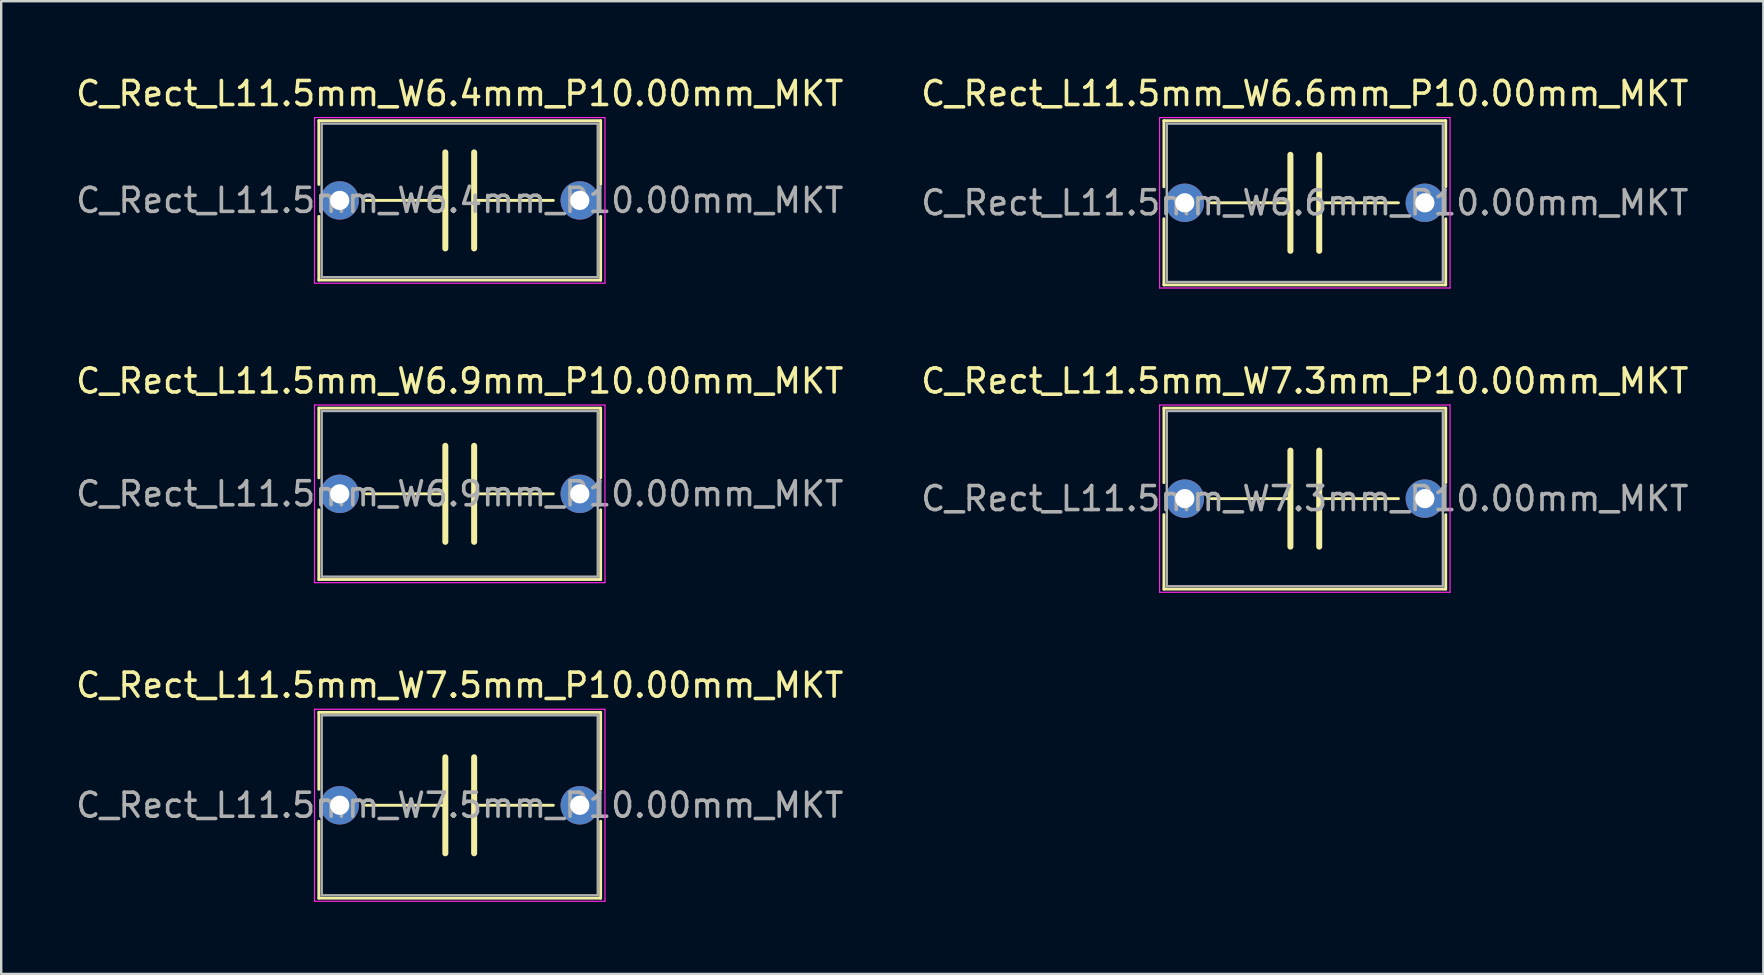
<source format=kicad_pcb>
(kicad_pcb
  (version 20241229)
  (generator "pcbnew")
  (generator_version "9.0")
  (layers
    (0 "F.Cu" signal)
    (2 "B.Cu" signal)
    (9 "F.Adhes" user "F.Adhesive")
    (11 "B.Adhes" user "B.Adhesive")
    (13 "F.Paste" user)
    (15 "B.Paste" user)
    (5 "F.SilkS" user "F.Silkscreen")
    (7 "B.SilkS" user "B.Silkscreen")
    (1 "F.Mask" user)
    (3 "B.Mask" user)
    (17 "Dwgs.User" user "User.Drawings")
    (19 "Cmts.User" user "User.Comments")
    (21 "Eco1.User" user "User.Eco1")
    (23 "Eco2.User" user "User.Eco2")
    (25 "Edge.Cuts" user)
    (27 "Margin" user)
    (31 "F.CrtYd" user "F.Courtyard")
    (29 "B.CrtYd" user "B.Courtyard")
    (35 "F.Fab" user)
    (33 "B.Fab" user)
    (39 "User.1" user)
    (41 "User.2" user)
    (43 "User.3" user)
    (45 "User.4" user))
  (footprint "C_Rect_L11.5mm_W6.9mm_P10.00mm_MKT"
    (layer "F.Cu")
    (at 11.101 17.521)
    (property "Reference" "C_Rect_L11.5mm_W6.9mm_P10.00mm_MKT" (at 5 -4.7 0) (layer "F.SilkS") (effects (font (size 1 1) (thickness 0.15))))
    (attr through_hole)
    (fp_line (start -0.87 -3.57) (end -0.87 -0.665) (stroke (width 0.12) (type solid)) (layer "F.SilkS"))
    (fp_line (start -0.87 -3.57) (end 10.87 -3.57) (stroke (width 0.12) (type solid)) (layer "F.SilkS"))
    (fp_line (start -0.87 0.665) (end -0.87 3.57) (stroke (width 0.12) (type solid)) (layer "F.SilkS"))
    (fp_line (start -0.87 3.57) (end 10.87 3.57) (stroke (width 0.12) (type solid)) (layer "F.SilkS"))
    (fp_line (start 1.1 0) (end 4.4 0) (stroke (width 0.12) (type solid)) (layer "F.SilkS"))
    (fp_line (start 4.4 2) (end 4.4 -2) (stroke (width 0.25) (type solid)) (layer "F.SilkS"))
    (fp_line (start 5.6 2) (end 5.6 -2) (stroke (width 0.25) (type solid)) (layer "F.SilkS"))
    (fp_line (start 8.9 0) (end 5.6 0) (stroke (width 0.12) (type solid)) (layer "F.SilkS"))
    (fp_line (start 10.87 -3.57) (end 10.87 -0.665) (stroke (width 0.12) (type solid)) (layer "F.SilkS"))
    (fp_line (start 10.87 0.665) (end 10.87 3.57) (stroke (width 0.12) (type solid)) (layer "F.SilkS"))
    (fp_line (start -1.05 -3.7) (end -1.05 3.7) (stroke (width 0.05) (type solid)) (layer "F.CrtYd"))
    (fp_line (start -1.05 3.7) (end 11.05 3.7) (stroke (width 0.05) (type solid)) (layer "F.CrtYd"))
    (fp_line (start 11.05 -3.7) (end -1.05 -3.7) (stroke (width 0.05) (type solid)) (layer "F.CrtYd"))
    (fp_line (start 11.05 3.7) (end 11.05 -3.7) (stroke (width 0.05) (type solid)) (layer "F.CrtYd"))
    (fp_line (start -0.75 -3.45) (end -0.75 3.45) (stroke (width 0.1) (type solid)) (layer "F.Fab"))
    (fp_line (start -0.75 3.45) (end 10.75 3.45) (stroke (width 0.1) (type solid)) (layer "F.Fab"))
    (fp_line (start 10.75 -3.45) (end -0.75 -3.45) (stroke (width 0.1) (type solid)) (layer "F.Fab"))
    (fp_line (start 10.75 3.45) (end 10.75 -3.45) (stroke (width 0.1) (type solid)) (layer "F.Fab"))
    (fp_text user "${REFERENCE}" (at 5 0 0) (layer "F.Fab") (effects (font (size 1 1) (thickness 0.15))))
    (pad "1" thru_hole circle (at 0 0) (size 1.6 1.6) (drill 0.8) (layers "*.Cu" "*.Mask"))
    (pad "2" thru_hole circle (at 10 0) (size 1.6 1.6) (drill 0.8) (layers "*.Cu" "*.Mask")))
  (footprint "C_Rect_L11.5mm_W6.6mm_P10.00mm_MKT"
    (layer "F.Cu")
    (at 46.304 5.398)
    (property "Reference" "C_Rect_L11.5mm_W6.6mm_P10.00mm_MKT" (at 5 -4.55 0) (layer "F.SilkS") (effects (font (size 1 1) (thickness 0.15))))
    (attr through_hole)
    (fp_line (start -0.87 -3.42) (end -0.87 -0.665) (stroke (width 0.12) (type solid)) (layer "F.SilkS"))
    (fp_line (start -0.87 -3.42) (end 10.87 -3.42) (stroke (width 0.12) (type solid)) (layer "F.SilkS"))
    (fp_line (start -0.87 0.665) (end -0.87 3.42) (stroke (width 0.12) (type solid)) (layer "F.SilkS"))
    (fp_line (start -0.87 3.42) (end 10.87 3.42) (stroke (width 0.12) (type solid)) (layer "F.SilkS"))
    (fp_line (start 1.1 0) (end 4.4 0) (stroke (width 0.12) (type solid)) (layer "F.SilkS"))
    (fp_line (start 4.4 2) (end 4.4 -2) (stroke (width 0.25) (type solid)) (layer "F.SilkS"))
    (fp_line (start 5.6 2) (end 5.6 -2) (stroke (width 0.25) (type solid)) (layer "F.SilkS"))
    (fp_line (start 8.9 0) (end 5.6 0) (stroke (width 0.12) (type solid)) (layer "F.SilkS"))
    (fp_line (start 10.87 -3.42) (end 10.87 -0.665) (stroke (width 0.12) (type solid)) (layer "F.SilkS"))
    (fp_line (start 10.87 0.665) (end 10.87 3.42) (stroke (width 0.12) (type solid)) (layer "F.SilkS"))
    (fp_line (start -1.05 -3.55) (end -1.05 3.55) (stroke (width 0.05) (type solid)) (layer "F.CrtYd"))
    (fp_line (start -1.05 3.55) (end 11.05 3.55) (stroke (width 0.05) (type solid)) (layer "F.CrtYd"))
    (fp_line (start 11.05 -3.55) (end -1.05 -3.55) (stroke (width 0.05) (type solid)) (layer "F.CrtYd"))
    (fp_line (start 11.05 3.55) (end 11.05 -3.55) (stroke (width 0.05) (type solid)) (layer "F.CrtYd"))
    (fp_line (start -0.75 -3.3) (end -0.75 3.3) (stroke (width 0.1) (type solid)) (layer "F.Fab"))
    (fp_line (start -0.75 3.3) (end 10.75 3.3) (stroke (width 0.1) (type solid)) (layer "F.Fab"))
    (fp_line (start 10.75 -3.3) (end -0.75 -3.3) (stroke (width 0.1) (type solid)) (layer "F.Fab"))
    (fp_line (start 10.75 3.3) (end 10.75 -3.3) (stroke (width 0.1) (type solid)) (layer "F.Fab"))
    (fp_text user "${REFERENCE}" (at 5 0 0) (layer "F.Fab") (effects (font (size 1 1) (thickness 0.15))))
    (pad "1" thru_hole circle (at 0 0) (size 1.6 1.6) (drill 0.8) (layers "*.Cu" "*.Mask"))
    (pad "2" thru_hole circle (at 10 0) (size 1.6 1.6) (drill 0.8) (layers "*.Cu" "*.Mask")))
  (footprint "C_Rect_L11.5mm_W7.3mm_P10.00mm_MKT"
    (layer "F.Cu")
    (at 46.304 17.721)
    (property "Reference" "C_Rect_L11.5mm_W7.3mm_P10.00mm_MKT" (at 5 -4.9 0) (layer "F.SilkS") (effects (font (size 1 1) (thickness 0.15))))
    (attr through_hole)
    (fp_line (start -0.87 -3.77) (end -0.87 -0.665) (stroke (width 0.12) (type solid)) (layer "F.SilkS"))
    (fp_line (start -0.87 -3.77) (end 10.87 -3.77) (stroke (width 0.12) (type solid)) (layer "F.SilkS"))
    (fp_line (start -0.87 0.665) (end -0.87 3.77) (stroke (width 0.12) (type solid)) (layer "F.SilkS"))
    (fp_line (start -0.87 3.77) (end 10.87 3.77) (stroke (width 0.12) (type solid)) (layer "F.SilkS"))
    (fp_line (start 1.1 0) (end 4.4 0) (stroke (width 0.12) (type solid)) (layer "F.SilkS"))
    (fp_line (start 4.4 2) (end 4.4 -2) (stroke (width 0.25) (type solid)) (layer "F.SilkS"))
    (fp_line (start 5.6 2) (end 5.6 -2) (stroke (width 0.25) (type solid)) (layer "F.SilkS"))
    (fp_line (start 8.9 0) (end 5.6 0) (stroke (width 0.12) (type solid)) (layer "F.SilkS"))
    (fp_line (start 10.87 -3.77) (end 10.87 -0.665) (stroke (width 0.12) (type solid)) (layer "F.SilkS"))
    (fp_line (start 10.87 0.665) (end 10.87 3.77) (stroke (width 0.12) (type solid)) (layer "F.SilkS"))
    (fp_line (start -1.05 -3.9) (end -1.05 3.9) (stroke (width 0.05) (type solid)) (layer "F.CrtYd"))
    (fp_line (start -1.05 3.9) (end 11.05 3.9) (stroke (width 0.05) (type solid)) (layer "F.CrtYd"))
    (fp_line (start 11.05 -3.9) (end -1.05 -3.9) (stroke (width 0.05) (type solid)) (layer "F.CrtYd"))
    (fp_line (start 11.05 3.9) (end 11.05 -3.9) (stroke (width 0.05) (type solid)) (layer "F.CrtYd"))
    (fp_line (start -0.75 -3.65) (end -0.75 3.65) (stroke (width 0.1) (type solid)) (layer "F.Fab"))
    (fp_line (start -0.75 3.65) (end 10.75 3.65) (stroke (width 0.1) (type solid)) (layer "F.Fab"))
    (fp_line (start 10.75 -3.65) (end -0.75 -3.65) (stroke (width 0.1) (type solid)) (layer "F.Fab"))
    (fp_line (start 10.75 3.65) (end 10.75 -3.65) (stroke (width 0.1) (type solid)) (layer "F.Fab"))
    (fp_text user "${REFERENCE}" (at 5 0 0) (layer "F.Fab") (effects (font (size 1 1) (thickness 0.15))))
    (pad "1" thru_hole circle (at 0 0) (size 1.6 1.6) (drill 0.8) (layers "*.Cu" "*.Mask"))
    (pad "2" thru_hole circle (at 10 0) (size 1.6 1.6) (drill 0.8) (layers "*.Cu" "*.Mask")))
  (footprint "C_Rect_L11.5mm_W6.4mm_P10.00mm_MKT"
    (layer "F.Cu")
    (at 11.101 5.298)
    (property "Reference" "C_Rect_L11.5mm_W6.4mm_P10.00mm_MKT" (at 5 -4.45 0) (layer "F.SilkS") (effects (font (size 1 1) (thickness 0.15))))
    (attr through_hole)
    (fp_line (start -0.87 -3.32) (end -0.87 -0.665) (stroke (width 0.12) (type solid)) (layer "F.SilkS"))
    (fp_line (start -0.87 -3.32) (end 10.87 -3.32) (stroke (width 0.12) (type solid)) (layer "F.SilkS"))
    (fp_line (start -0.87 0.665) (end -0.87 3.32) (stroke (width 0.12) (type solid)) (layer "F.SilkS"))
    (fp_line (start -0.87 3.32) (end 10.87 3.32) (stroke (width 0.12) (type solid)) (layer "F.SilkS"))
    (fp_line (start 1.1 0) (end 4.4 0) (stroke (width 0.12) (type solid)) (layer "F.SilkS"))
    (fp_line (start 4.4 2) (end 4.4 -2) (stroke (width 0.25) (type solid)) (layer "F.SilkS"))
    (fp_line (start 5.6 2) (end 5.6 -2) (stroke (width 0.25) (type solid)) (layer "F.SilkS"))
    (fp_line (start 8.9 0) (end 5.6 0) (stroke (width 0.12) (type solid)) (layer "F.SilkS"))
    (fp_line (start 10.87 -3.32) (end 10.87 -0.665) (stroke (width 0.12) (type solid)) (layer "F.SilkS"))
    (fp_line (start 10.87 0.665) (end 10.87 3.32) (stroke (width 0.12) (type solid)) (layer "F.SilkS"))
    (fp_line (start -1.05 -3.45) (end -1.05 3.45) (stroke (width 0.05) (type solid)) (layer "F.CrtYd"))
    (fp_line (start -1.05 3.45) (end 11.05 3.45) (stroke (width 0.05) (type solid)) (layer "F.CrtYd"))
    (fp_line (start 11.05 -3.45) (end -1.05 -3.45) (stroke (width 0.05) (type solid)) (layer "F.CrtYd"))
    (fp_line (start 11.05 3.45) (end 11.05 -3.45) (stroke (width 0.05) (type solid)) (layer "F.CrtYd"))
    (fp_line (start -0.75 -3.2) (end -0.75 3.2) (stroke (width 0.1) (type solid)) (layer "F.Fab"))
    (fp_line (start -0.75 3.2) (end 10.75 3.2) (stroke (width 0.1) (type solid)) (layer "F.Fab"))
    (fp_line (start 10.75 -3.2) (end -0.75 -3.2) (stroke (width 0.1) (type solid)) (layer "F.Fab"))
    (fp_line (start 10.75 3.2) (end 10.75 -3.2) (stroke (width 0.1) (type solid)) (layer "F.Fab"))
    (fp_text user "${REFERENCE}" (at 5 0 0) (layer "F.Fab") (effects (font (size 1 1) (thickness 0.15))))
    (pad "1" thru_hole circle (at 0 0) (size 1.6 1.6) (drill 0.8) (layers "*.Cu" "*.Mask"))
    (pad "2" thru_hole circle (at 10 0) (size 1.6 1.6) (drill 0.8) (layers "*.Cu" "*.Mask")))
  (footprint "C_Rect_L11.5mm_W7.5mm_P10.00mm_MKT"
    (layer "F.Cu")
    (at 11.101 30.495)
    (property "Reference" "C_Rect_L11.5mm_W7.5mm_P10.00mm_MKT" (at 5 -5 0) (layer "F.SilkS") (effects (font (size 1 1) (thickness 0.15))))
    (attr through_hole)
    (fp_line (start -0.87 -3.87) (end -0.87 -0.665) (stroke (width 0.12) (type solid)) (layer "F.SilkS"))
    (fp_line (start -0.87 -3.87) (end 10.87 -3.87) (stroke (width 0.12) (type solid)) (layer "F.SilkS"))
    (fp_line (start -0.87 0.665) (end -0.87 3.87) (stroke (width 0.12) (type solid)) (layer "F.SilkS"))
    (fp_line (start -0.87 3.87) (end 10.87 3.87) (stroke (width 0.12) (type solid)) (layer "F.SilkS"))
    (fp_line (start 1.1 0) (end 4.4 0) (stroke (width 0.12) (type solid)) (layer "F.SilkS"))
    (fp_line (start 4.4 2) (end 4.4 -2) (stroke (width 0.25) (type solid)) (layer "F.SilkS"))
    (fp_line (start 5.6 2) (end 5.6 -2) (stroke (width 0.25) (type solid)) (layer "F.SilkS"))
    (fp_line (start 8.9 0) (end 5.6 0) (stroke (width 0.12) (type solid)) (layer "F.SilkS"))
    (fp_line (start 10.87 -3.87) (end 10.87 -0.665) (stroke (width 0.12) (type solid)) (layer "F.SilkS"))
    (fp_line (start 10.87 0.665) (end 10.87 3.87) (stroke (width 0.12) (type solid)) (layer "F.SilkS"))
    (fp_line (start -1.05 -4) (end -1.05 4) (stroke (width 0.05) (type solid)) (layer "F.CrtYd"))
    (fp_line (start -1.05 4) (end 11.05 4) (stroke (width 0.05) (type solid)) (layer "F.CrtYd"))
    (fp_line (start 11.05 -4) (end -1.05 -4) (stroke (width 0.05) (type solid)) (layer "F.CrtYd"))
    (fp_line (start 11.05 4) (end 11.05 -4) (stroke (width 0.05) (type solid)) (layer "F.CrtYd"))
    (fp_line (start -0.75 -3.75) (end -0.75 3.75) (stroke (width 0.1) (type solid)) (layer "F.Fab"))
    (fp_line (start -0.75 3.75) (end 10.75 3.75) (stroke (width 0.1) (type solid)) (layer "F.Fab"))
    (fp_line (start 10.75 -3.75) (end -0.75 -3.75) (stroke (width 0.1) (type solid)) (layer "F.Fab"))
    (fp_line (start 10.75 3.75) (end 10.75 -3.75) (stroke (width 0.1) (type solid)) (layer "F.Fab"))
    (fp_text user "${REFERENCE}" (at 5 0 0) (layer "F.Fab") (effects (font (size 1 1) (thickness 0.15))))
    (pad "1" thru_hole circle (at 0 0) (size 1.6 1.6) (drill 0.8) (layers "*.Cu" "*.Mask"))
    (pad "2" thru_hole circle (at 10 0) (size 1.6 1.6) (drill 0.8) (layers "*.Cu" "*.Mask")))
  (gr_rect
    (start -3 -3)
    (end 70.405 37.52)
    (stroke (width 0.1) (type default))
    (fill no)
    (layer "Edge.Cuts")))
</source>
